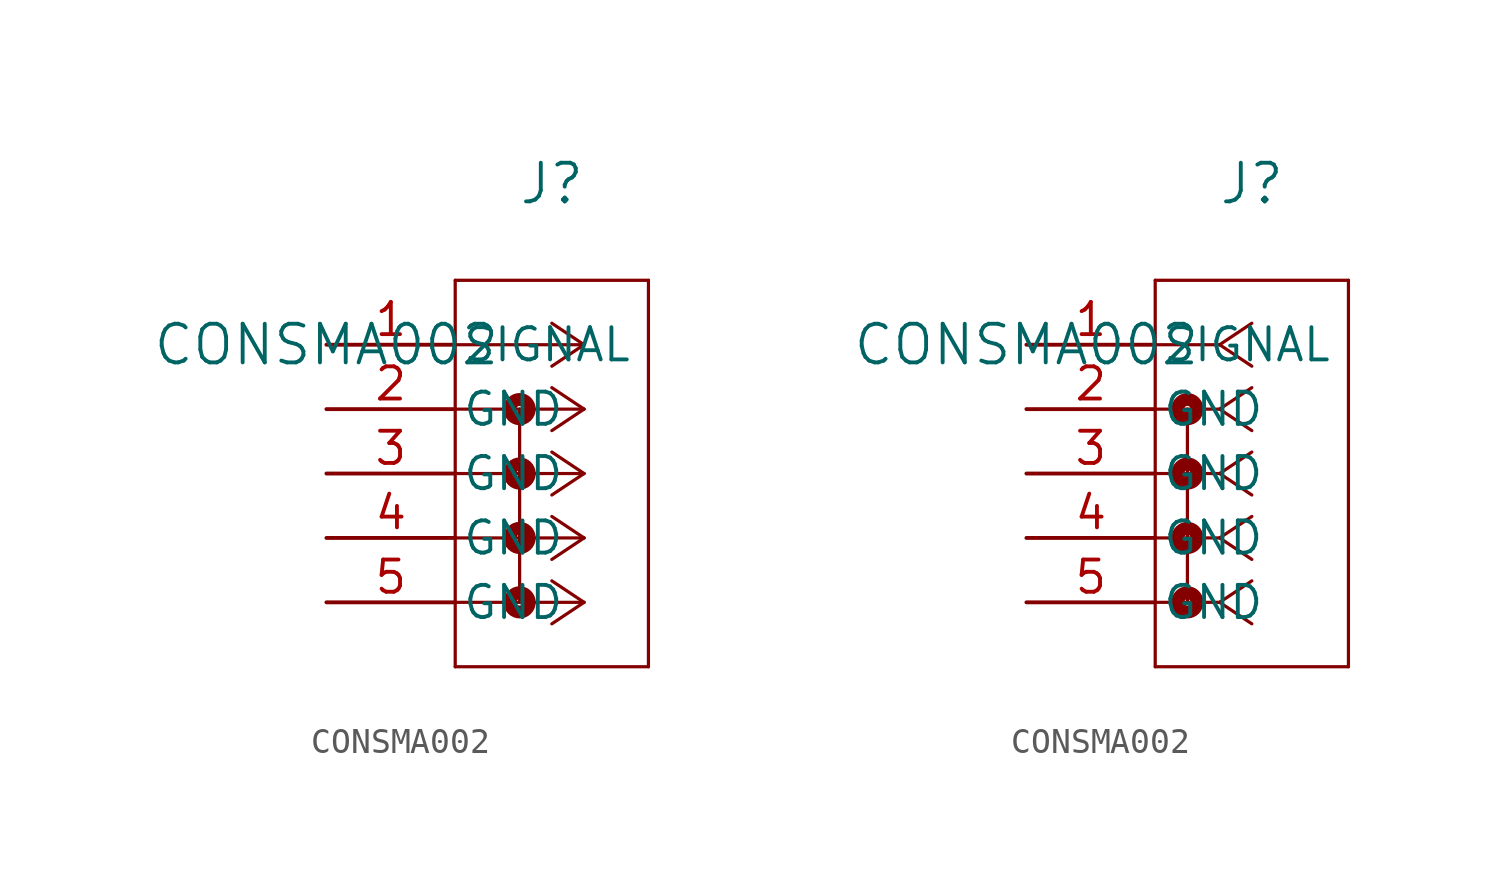
<source format=kicad_sym>
(kicad_symbol_lib
  (version 20211014)
  (generator kicad_symbol_editor)
  (symbol "CONSMA002"
    (pin_names
      (offset 0.254))
    (property "Reference" "J"
      (at 8.89 6.35 0)
      (effects (font (size 1.524 1.524))))
    (property "Value" "CONSMA002"
      (at 0 0 0)
      (effects (font (size 1.524 1.524))))
    (symbol "CONSMA002_1_1"
      (polyline (pts (xy 10.16 0) (xy 5.08 0)) (stroke (width 0.127) (type default) (color 0 0 0 0)) (fill (type none)))
      (polyline (pts (xy 10.16 -2.54) (xy 5.08 -2.54)) (stroke (width 0.127) (type default) (color 0 0 0 0)) (fill (type none)))
      (polyline (pts (xy 10.16 -5.08) (xy 5.08 -5.08)) (stroke (width 0.127) (type default) (color 0 0 0 0)) (fill (type none)))
      (polyline (pts (xy 10.16 -7.62) (xy 5.08 -7.62)) (stroke (width 0.127) (type default) (color 0 0 0 0)) (fill (type none)))
      (polyline (pts (xy 10.16 -10.16) (xy 5.08 -10.16)) (stroke (width 0.127) (type default) (color 0 0 0 0)) (fill (type none)))
      (polyline (pts (xy 10.16 0) (xy 8.89 0.847)) (stroke (width 0.127) (type default) (color 0 0 0 0)) (fill (type none)))
      (polyline (pts (xy 10.16 -2.54) (xy 8.89 -1.693)) (stroke (width 0.127) (type default) (color 0 0 0 0)) (fill (type none)))
      (polyline (pts (xy 10.16 -5.08) (xy 8.89 -4.233)) (stroke (width 0.127) (type default) (color 0 0 0 0)) (fill (type none)))
      (polyline (pts (xy 10.16 -7.62) (xy 8.89 -6.773)) (stroke (width 0.127) (type default) (color 0 0 0 0)) (fill (type none)))
      (polyline (pts (xy 10.16 -10.16) (xy 8.89 -9.313)) (stroke (width 0.127) (type default) (color 0 0 0 0)) (fill (type none)))
      (polyline (pts (xy 10.16 0) (xy 8.89 -0.847)) (stroke (width 0.127) (type default) (color 0 0 0 0)) (fill (type none)))
      (polyline (pts (xy 10.16 -2.54) (xy 8.89 -3.387)) (stroke (width 0.127) (type default) (color 0 0 0 0)) (fill (type none)))
      (polyline (pts (xy 10.16 -5.08) (xy 8.89 -5.927)) (stroke (width 0.127) (type default) (color 0 0 0 0)) (fill (type none)))
      (polyline (pts (xy 10.16 -7.62) (xy 8.89 -8.467)) (stroke (width 0.127) (type default) (color 0 0 0 0)) (fill (type none)))
      (polyline (pts (xy 10.16 -10.16) (xy 8.89 -11.007)) (stroke (width 0.127) (type default) (color 0 0 0 0)) (fill (type none)))
      (polyline (pts (xy 5.08 2.54) (xy 5.08 -12.7)) (stroke (width 0.127) (type default) (color 0 0 0 0)) (fill (type none)))
      (polyline (pts (xy 5.08 -12.7) (xy 12.7 -12.7)) (stroke (width 0.127) (type default) (color 0 0 0 0)) (fill (type none)))
      (polyline (pts (xy 12.7 -12.7) (xy 12.7 2.54)) (stroke (width 0.127) (type default) (color 0 0 0 0)) (fill (type none)))
      (polyline (pts (xy 12.7 2.54) (xy 5.08 2.54)) (stroke (width 0.127) (type default) (color 0 0 0 0)) (fill (type none)))
      (circle (center 7.62 -2.54) (radius 0.127) (stroke (width 0.508) (type default) (color 0 0 0 0)) (fill (type none)))
      (polyline (pts (xy 7.62 -2.54) (xy 7.62 -10.16)) (stroke (width 0.127) (type default) (color 0 0 0 0)) (fill (type none)))
      (circle (center 7.62 -5.08) (radius 0.127) (stroke (width 0.508) (type default) (color 0 0 0 0)) (fill (type none)))
      (circle (center 7.62 -7.62) (radius 0.127) (stroke (width 0.508) (type default) (color 0 0 0 0)) (fill (type none)))
      (circle (center 7.62 -10.16) (radius 0.127) (stroke (width 0.508) (type default) (color 0 0 0 0)) (fill (type none)))
      (pin unspecified line (at 0 0 0) (length 5.08) (name "SIGNAL" (effects (font (size 1.27 1.27)))) (number "1" (effects (font (size 1.27 1.27)))))
      (pin unspecified line (at 0 -2.54 0) (length 5.08) (name "GND" (effects (font (size 1.27 1.27)))) (number "2" (effects (font (size 1.27 1.27)))))
      (pin unspecified line (at 0 -5.08 0) (length 5.08) (name "GND" (effects (font (size 1.27 1.27)))) (number "3" (effects (font (size 1.27 1.27)))))
      (pin unspecified line (at 0 -7.62 0) (length 5.08) (name "GND" (effects (font (size 1.27 1.27)))) (number "4" (effects (font (size 1.27 1.27)))))
      (pin unspecified line (at 0 -10.16 0) (length 5.08) (name "GND" (effects (font (size 1.27 1.27)))) (number "5" (effects (font (size 1.27 1.27))))))
    (symbol "CONSMA002_1_2"
      (polyline (pts (xy 7.62 0) (xy 5.08 0)) (stroke (width 0.127) (type default) (color 0 0 0 0)) (fill (type none)))
      (polyline (pts (xy 7.62 -2.54) (xy 5.08 -2.54)) (stroke (width 0.127) (type default) (color 0 0 0 0)) (fill (type none)))
      (polyline (pts (xy 7.62 -5.08) (xy 5.08 -5.08)) (stroke (width 0.127) (type default) (color 0 0 0 0)) (fill (type none)))
      (polyline (pts (xy 7.62 -7.62) (xy 5.08 -7.62)) (stroke (width 0.127) (type default) (color 0 0 0 0)) (fill (type none)))
      (polyline (pts (xy 7.62 -10.16) (xy 5.08 -10.16)) (stroke (width 0.127) (type default) (color 0 0 0 0)) (fill (type none)))
      (polyline (pts (xy 7.62 0) (xy 8.89 0.847)) (stroke (width 0.127) (type default) (color 0 0 0 0)) (fill (type none)))
      (polyline (pts (xy 7.62 -2.54) (xy 8.89 -1.693)) (stroke (width 0.127) (type default) (color 0 0 0 0)) (fill (type none)))
      (polyline (pts (xy 7.62 -5.08) (xy 8.89 -4.233)) (stroke (width 0.127) (type default) (color 0 0 0 0)) (fill (type none)))
      (polyline (pts (xy 7.62 -7.62) (xy 8.89 -6.773)) (stroke (width 0.127) (type default) (color 0 0 0 0)) (fill (type none)))
      (polyline (pts (xy 7.62 -10.16) (xy 8.89 -9.313)) (stroke (width 0.127) (type default) (color 0 0 0 0)) (fill (type none)))
      (polyline (pts (xy 7.62 0) (xy 8.89 -0.847)) (stroke (width 0.127) (type default) (color 0 0 0 0)) (fill (type none)))
      (polyline (pts (xy 7.62 -2.54) (xy 8.89 -3.387)) (stroke (width 0.127) (type default) (color 0 0 0 0)) (fill (type none)))
      (polyline (pts (xy 7.62 -5.08) (xy 8.89 -5.927)) (stroke (width 0.127) (type default) (color 0 0 0 0)) (fill (type none)))
      (polyline (pts (xy 7.62 -7.62) (xy 8.89 -8.467)) (stroke (width 0.127) (type default) (color 0 0 0 0)) (fill (type none)))
      (polyline (pts (xy 7.62 -10.16) (xy 8.89 -11.007)) (stroke (width 0.127) (type default) (color 0 0 0 0)) (fill (type none)))
      (polyline (pts (xy 5.08 2.54) (xy 5.08 -12.7)) (stroke (width 0.127) (type default) (color 0 0 0 0)) (fill (type none)))
      (polyline (pts (xy 5.08 -12.7) (xy 12.7 -12.7)) (stroke (width 0.127) (type default) (color 0 0 0 0)) (fill (type none)))
      (polyline (pts (xy 12.7 -12.7) (xy 12.7 2.54)) (stroke (width 0.127) (type default) (color 0 0 0 0)) (fill (type none)))
      (polyline (pts (xy 12.7 2.54) (xy 5.08 2.54)) (stroke (width 0.127) (type default) (color 0 0 0 0)) (fill (type none)))
      (circle (center 6.35 -2.54) (radius 0.127) (stroke (width 0.508) (type default) (color 0 0 0 0)) (fill (type none)))
      (polyline (pts (xy 6.35 -2.54) (xy 6.35 -10.16)) (stroke (width 0.127) (type default) (color 0 0 0 0)) (fill (type none)))
      (circle (center 6.35 -5.08) (radius 0.127) (stroke (width 0.508) (type default) (color 0 0 0 0)) (fill (type none)))
      (circle (center 6.35 -7.62) (radius 0.127) (stroke (width 0.508) (type default) (color 0 0 0 0)) (fill (type none)))
      (circle (center 6.35 -10.16) (radius 0.127) (stroke (width 0.508) (type default) (color 0 0 0 0)) (fill (type none)))
      (pin unspecified line (at 0 0 0) (length 5.08) (name "SIGNAL" (effects (font (size 1.27 1.27)))) (number "1" (effects (font (size 1.27 1.27)))))
      (pin unspecified line (at 0 -2.54 0) (length 5.08) (name "GND" (effects (font (size 1.27 1.27)))) (number "2" (effects (font (size 1.27 1.27)))))
      (pin unspecified line (at 0 -5.08 0) (length 5.08) (name "GND" (effects (font (size 1.27 1.27)))) (number "3" (effects (font (size 1.27 1.27)))))
      (pin unspecified line (at 0 -7.62 0) (length 5.08) (name "GND" (effects (font (size 1.27 1.27)))) (number "4" (effects (font (size 1.27 1.27)))))
      (pin unspecified line (at 0 -10.16 0) (length 5.08) (name "GND" (effects (font (size 1.27 1.27)))) (number "5" (effects (font (size 1.27 1.27))))))))
</source>
